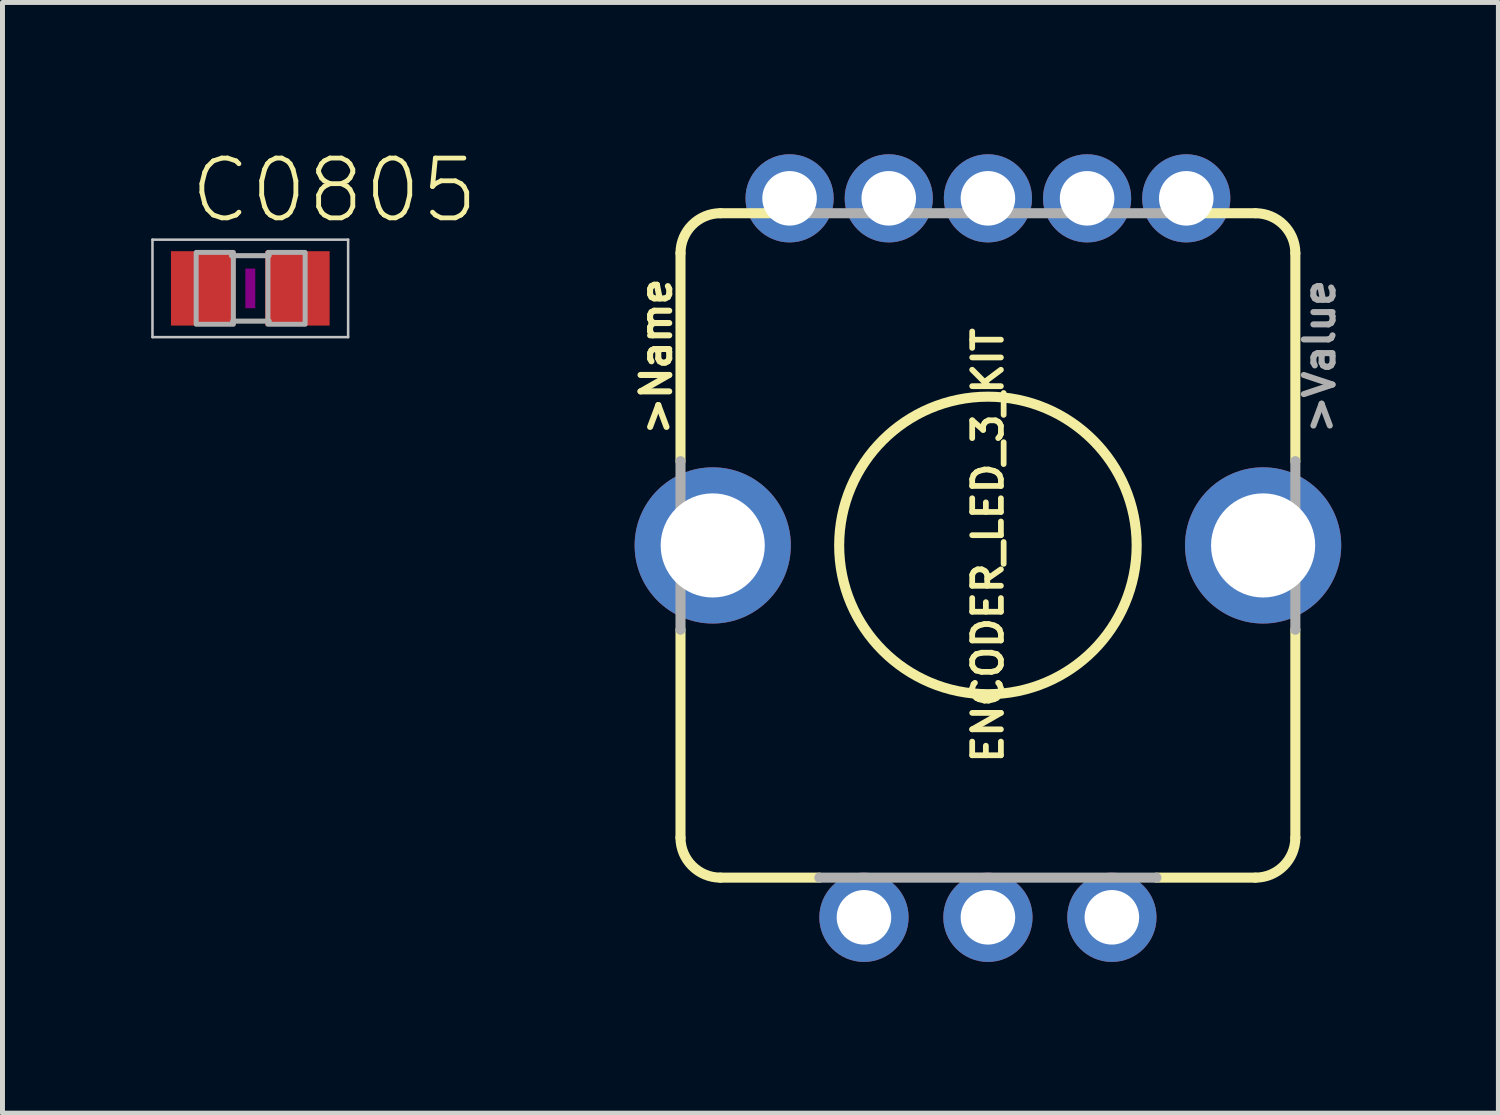
<source format=kicad_pcb>
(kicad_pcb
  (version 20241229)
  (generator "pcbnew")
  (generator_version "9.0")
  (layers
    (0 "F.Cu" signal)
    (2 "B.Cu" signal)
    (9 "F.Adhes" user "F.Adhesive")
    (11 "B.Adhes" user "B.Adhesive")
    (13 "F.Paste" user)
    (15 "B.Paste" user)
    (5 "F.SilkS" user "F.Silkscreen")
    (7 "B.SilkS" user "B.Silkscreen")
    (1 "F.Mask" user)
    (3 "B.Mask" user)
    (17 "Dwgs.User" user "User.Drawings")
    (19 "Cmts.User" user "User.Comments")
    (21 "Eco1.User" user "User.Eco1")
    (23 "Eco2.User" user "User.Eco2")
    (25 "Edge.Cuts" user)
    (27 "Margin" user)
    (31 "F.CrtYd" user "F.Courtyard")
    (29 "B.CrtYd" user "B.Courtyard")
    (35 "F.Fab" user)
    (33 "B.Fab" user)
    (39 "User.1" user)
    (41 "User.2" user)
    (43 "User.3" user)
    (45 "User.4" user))
  (footprint "ENCODER_LED_3_KIT"
    (layer "F.Cu")
    (at 16.874 7.95)
    (property "Reference" "ENCODER_LED_3_KIT" (at 0 0 90) (layer "F.SilkS") (effects (font (size 0.579 0.579) (thickness 0.116))))
    (attr through_hole)
    (fp_poly (pts (xy -4.016 -7.55) (xy -4.186 -7.523) (xy -4.339 -7.445) (xy -4.461 -7.323) (xy -4.566 -7) (xy -4.566 -6.95) (xy -4.542 -6.795) (xy -4.471 -6.656) (xy -4.36 -6.545) (xy -4.066 -6.45) (xy -4.016 -6.45) (xy -3.846 -6.477) (xy -3.693 -6.555) (xy -3.571 -6.677) (xy -3.466 -7) (xy -3.493 -7.17) (xy -3.571 -7.323) (xy -3.693 -7.445)) (stroke (width 0) (type solid)) (fill yes) (layer "F.Mask"))
    (fp_poly (pts (xy -2.5 6.95) (xy -2.67 6.977) (xy -2.823 7.055) (xy -2.945 7.177) (xy -3.05 7.5) (xy -3.05 7.55) (xy -3.026 7.705) (xy -2.955 7.844) (xy -2.844 7.955) (xy -2.55 8.05) (xy -2.5 8.05) (xy -2.33 8.023) (xy -2.177 7.945) (xy -2.055 7.823) (xy -1.95 7.5) (xy -1.977 7.33) (xy -2.055 7.177) (xy -2.177 7.055)) (stroke (width 0) (type solid)) (fill yes) (layer "F.Mask"))
    (fp_poly (pts (xy -2.016 -7.55) (xy -2.186 -7.523) (xy -2.339 -7.445) (xy -2.461 -7.323) (xy -2.566 -7) (xy -2.566 -6.95) (xy -2.542 -6.795) (xy -2.471 -6.656) (xy -2.36 -6.545) (xy -2.066 -6.45) (xy -2.016 -6.45) (xy -1.846 -6.477) (xy -1.693 -6.555) (xy -1.571 -6.677) (xy -1.466 -7) (xy -1.493 -7.17) (xy -1.571 -7.323) (xy -1.693 -7.445)) (stroke (width 0) (type solid)) (fill yes) (layer "F.Mask"))
    (fp_poly (pts (xy 1.984 -7.55) (xy 1.814 -7.523) (xy 1.661 -7.445) (xy 1.539 -7.323) (xy 1.434 -7) (xy 1.434 -6.95) (xy 1.458 -6.795) (xy 1.529 -6.656) (xy 1.64 -6.545) (xy 1.934 -6.45) (xy 1.984 -6.45) (xy 2.154 -6.477) (xy 2.307 -6.555) (xy 2.429 -6.677) (xy 2.534 -7) (xy 2.507 -7.17) (xy 2.429 -7.323) (xy 2.307 -7.445)) (stroke (width 0) (type solid)) (fill yes) (layer "F.Mask"))
    (fp_poly (pts (xy 2.55 6.95) (xy 2.38 6.977) (xy 2.227 7.055) (xy 2.105 7.177) (xy 2 7.5) (xy 2 7.55) (xy 2.024 7.705) (xy 2.095 7.844) (xy 2.206 7.955) (xy 2.5 8.05) (xy 2.55 8.05) (xy 2.72 8.023) (xy 2.873 7.945) (xy 2.995 7.823) (xy 3.1 7.5) (xy 3.073 7.33) (xy 2.995 7.177) (xy 2.873 7.055)) (stroke (width 0) (type solid)) (fill yes) (layer "F.Mask"))
    (fp_poly (pts (xy 4.016 -7.55) (xy 3.846 -7.523) (xy 3.693 -7.445) (xy 3.571 -7.323) (xy 3.466 -7) (xy 3.466 -6.95) (xy 3.49 -6.795) (xy 3.561 -6.656) (xy 3.672 -6.545) (xy 3.966 -6.45) (xy 4.016 -6.45) (xy 4.186 -6.477) (xy 4.339 -6.555) (xy 4.461 -6.677) (xy 4.566 -7) (xy 4.539 -7.17) (xy 4.461 -7.323) (xy 4.339 -7.445)) (stroke (width 0) (type solid)) (fill yes) (layer "F.Mask"))
    (fp_poly (pts (xy 0 6.95) (xy -0.17 6.977) (xy -0.323 7.055) (xy -0.445 7.177) (xy -0.55 7.5) (xy -0.55 7.55) (xy -0.55 7.55) (xy -0.526 7.705) (xy -0.455 7.844) (xy -0.344 7.955) (xy -0.205 8.026) (xy -0.05 8.05) (xy 0 8.05) (xy 0.17 8.023) (xy 0.323 7.945) (xy 0.445 7.823) (xy 0.55 7.5) (xy 0.523 7.33) (xy 0.445 7.177) (xy 0.323 7.055)) (stroke (width 0) (type solid)) (fill yes) (layer "F.Mask"))
    (fp_poly (pts (xy -0.016 -7.55) (xy -0.016 -7.55) (xy -0.186 -7.523) (xy -0.339 -7.445) (xy -0.461 -7.323) (xy -0.566 -7) (xy -0.566 -6.95) (xy -0.566 -6.95) (xy -0.542 -6.795) (xy -0.471 -6.656) (xy -0.36 -6.545) (xy -0.221 -6.474) (xy -0.066 -6.45) (xy -0.016 -6.45) (xy 0.154 -6.477) (xy 0.307 -6.555) (xy 0.429 -6.677) (xy 0.534 -7) (xy 0.507 -7.17) (xy 0.429 -7.323) (xy 0.307 -7.445)) (stroke (width 0) (type solid)) (fill yes) (layer "F.Mask"))
    (fp_poly (pts (xy -5.55 -1) (xy -5.773 -0.975) (xy -5.984 -0.901) (xy -6.173 -0.782) (xy -6.332 -0.623) (xy -6.451 -0.434) (xy -6.55 0) (xy -6.525 0.223) (xy -6.451 0.434) (xy -6.332 0.623) (xy -6.173 0.782) (xy -5.984 0.901) (xy -5.55 1) (xy -5.327 0.975) (xy -5.116 0.901) (xy -4.927 0.782) (xy -4.768 0.623) (xy -4.649 0.434) (xy -4.55 0) (xy -4.575 -0.223) (xy -4.649 -0.434) (xy -4.768 -0.623) (xy -4.927 -0.782) (xy -5.116 -0.901)) (stroke (width 0) (type solid)) (fill yes) (layer "F.Mask"))
    (fp_poly (pts (xy 5.55 -1) (xy 5.327 -0.975) (xy 5.116 -0.901) (xy 4.927 -0.782) (xy 4.768 -0.623) (xy 4.649 -0.434) (xy 4.55 0) (xy 4.575 0.223) (xy 4.649 0.434) (xy 4.768 0.623) (xy 4.927 0.782) (xy 5.116 0.901) (xy 5.55 1) (xy 5.773 0.975) (xy 5.984 0.901) (xy 6.173 0.782) (xy 6.332 0.623) (xy 6.451 0.434) (xy 6.55 0) (xy 6.525 -0.223) (xy 6.451 -0.434) (xy 6.332 -0.623) (xy 6.173 -0.782) (xy 5.984 -0.901)) (stroke (width 0) (type solid)) (fill yes) (layer "F.Mask"))
    (fp_poly (pts (xy -3.05 -7) (xy -3.074 -7.211) (xy -3.144 -7.412) (xy -3.257 -7.592) (xy -3.408 -7.743) (xy -3.588 -7.856) (xy -4 -7.95) (xy -4.211 -7.926) (xy -4.412 -7.856) (xy -4.592 -7.743) (xy -4.743 -7.592) (xy -4.856 -7.412) (xy -4.95 -7) (xy -4.926 -6.789) (xy -4.856 -6.588) (xy -4.743 -6.408) (xy -4.592 -6.257) (xy -4.412 -6.144) (xy -4 -6.05) (xy -3.789 -6.074) (xy -3.588 -6.144) (xy -3.408 -6.257) (xy -3.257 -6.408) (xy -3.144 -6.588)) (stroke (width 0) (type solid)) (fill yes) (layer "B.Mask"))
    (fp_poly (pts (xy -1.55 7.5) (xy -1.574 7.289) (xy -1.644 7.088) (xy -1.757 6.908) (xy -1.908 6.757) (xy -2.088 6.644) (xy -2.5 6.55) (xy -2.711 6.574) (xy -2.912 6.644) (xy -3.092 6.757) (xy -3.243 6.908) (xy -3.356 7.088) (xy -3.45 7.5) (xy -3.426 7.711) (xy -3.356 7.912) (xy -3.243 8.092) (xy -3.092 8.243) (xy -2.912 8.356) (xy -2.5 8.45) (xy -2.289 8.426) (xy -2.088 8.356) (xy -1.908 8.243) (xy -1.757 8.092) (xy -1.644 7.912)) (stroke (width 0) (type solid)) (fill yes) (layer "B.Mask"))
    (fp_poly (pts (xy -1.05 -7) (xy -1.074 -7.211) (xy -1.144 -7.412) (xy -1.257 -7.592) (xy -1.408 -7.743) (xy -1.588 -7.856) (xy -2 -7.95) (xy -2.211 -7.926) (xy -2.412 -7.856) (xy -2.592 -7.743) (xy -2.743 -7.592) (xy -2.856 -7.412) (xy -2.95 -7) (xy -2.926 -6.789) (xy -2.856 -6.588) (xy -2.743 -6.408) (xy -2.592 -6.257) (xy -2.412 -6.144) (xy -2 -6.05) (xy -1.789 -6.074) (xy -1.588 -6.144) (xy -1.408 -6.257) (xy -1.257 -6.408) (xy -1.144 -6.588)) (stroke (width 0) (type solid)) (fill yes) (layer "B.Mask"))
    (fp_poly (pts (xy 0.95 -7) (xy 0.926 -7.211) (xy 0.856 -7.412) (xy 0.743 -7.592) (xy 0.592 -7.743) (xy 0.412 -7.856) (xy 0 -7.95) (xy -0.211 -7.926) (xy -0.412 -7.856) (xy -0.592 -7.743) (xy -0.743 -7.592) (xy -0.856 -7.412) (xy -0.95 -7) (xy -0.926 -6.789) (xy -0.856 -6.588) (xy -0.743 -6.408) (xy -0.592 -6.257) (xy -0.412 -6.144) (xy 0 -6.05) (xy 0.211 -6.074) (xy 0.412 -6.144) (xy 0.592 -6.257) (xy 0.743 -6.408) (xy 0.856 -6.588)) (stroke (width 0) (type solid)) (fill yes) (layer "B.Mask"))
    (fp_poly (pts (xy 0.95 7.5) (xy 0.926 7.289) (xy 0.856 7.088) (xy 0.743 6.908) (xy 0.592 6.757) (xy 0.412 6.644) (xy 0 6.55) (xy -0.211 6.574) (xy -0.412 6.644) (xy -0.592 6.757) (xy -0.743 6.908) (xy -0.856 7.088) (xy -0.95 7.5) (xy -0.926 7.711) (xy -0.856 7.912) (xy -0.743 8.092) (xy -0.592 8.243) (xy -0.412 8.356) (xy 0 8.45) (xy 0.211 8.426) (xy 0.412 8.356) (xy 0.592 8.243) (xy 0.743 8.092) (xy 0.856 7.912)) (stroke (width 0) (type solid)) (fill yes) (layer "B.Mask"))
    (fp_poly (pts (xy 2.95 -7) (xy 2.926 -7.211) (xy 2.856 -7.412) (xy 2.743 -7.592) (xy 2.592 -7.743) (xy 2.412 -7.856) (xy 2 -7.95) (xy 1.789 -7.926) (xy 1.588 -7.856) (xy 1.408 -7.743) (xy 1.257 -7.592) (xy 1.144 -7.412) (xy 1.05 -7) (xy 1.074 -6.789) (xy 1.144 -6.588) (xy 1.257 -6.408) (xy 1.408 -6.257) (xy 1.588 -6.144) (xy 2 -6.05) (xy 2.211 -6.074) (xy 2.412 -6.144) (xy 2.592 -6.257) (xy 2.743 -6.408) (xy 2.856 -6.588)) (stroke (width 0) (type solid)) (fill yes) (layer "B.Mask"))
    (fp_poly (pts (xy 3.45 7.5) (xy 3.426 7.289) (xy 3.356 7.088) (xy 3.243 6.908) (xy 3.092 6.757) (xy 2.912 6.644) (xy 2.5 6.55) (xy 2.289 6.574) (xy 2.088 6.644) (xy 1.908 6.757) (xy 1.757 6.908) (xy 1.644 7.088) (xy 1.55 7.5) (xy 1.574 7.711) (xy 1.644 7.912) (xy 1.757 8.092) (xy 1.908 8.243) (xy 2.088 8.356) (xy 2.5 8.45) (xy 2.711 8.426) (xy 2.912 8.356) (xy 3.092 8.243) (xy 3.243 8.092) (xy 3.356 7.912)) (stroke (width 0) (type solid)) (fill yes) (layer "B.Mask"))
    (fp_poly (pts (xy 4.95 -7) (xy 4.926 -7.211) (xy 4.856 -7.412) (xy 4.743 -7.592) (xy 4.592 -7.743) (xy 4.412 -7.856) (xy 4 -7.95) (xy 3.789 -7.926) (xy 3.588 -7.856) (xy 3.408 -7.743) (xy 3.257 -7.592) (xy 3.144 -7.412) (xy 3.05 -7) (xy 3.074 -6.789) (xy 3.144 -6.588) (xy 3.257 -6.408) (xy 3.408 -6.257) (xy 3.588 -6.144) (xy 4 -6.05) (xy 4.211 -6.074) (xy 4.412 -6.144) (xy 4.592 -6.257) (xy 4.743 -6.408) (xy 4.856 -6.588)) (stroke (width 0) (type solid)) (fill yes) (layer "B.Mask"))
    (fp_poly (pts (xy -7.1 0) (xy -7.076 -0.269) (xy -7.007 -0.53) (xy -6.892 -0.775) (xy -6.737 -0.996) (xy -6.546 -1.187) (xy -6.325 -1.342) (xy -6.08 -1.457) (xy -5.819 -1.526) (xy -5.55 -1.55) (xy -5.281 -1.526) (xy -5.02 -1.457) (xy -4.775 -1.342) (xy -4.554 -1.187) (xy -4.363 -0.996) (xy -4.208 -0.775) (xy -4.093 -0.53) (xy -4 0) (xy -4.024 0.269) (xy -4.093 0.53) (xy -4.208 0.775) (xy -4.363 0.996) (xy -4.554 1.187) (xy -4.775 1.342) (xy -5.02 1.457) (xy -5.281 1.526) (xy -5.55 1.55) (xy -5.819 1.526) (xy -6.08 1.457) (xy -6.325 1.342) (xy -6.546 1.187) (xy -6.737 0.996) (xy -6.892 0.775) (xy -7.007 0.53) (xy -7.076 0.269)) (stroke (width 0) (type solid)) (fill yes) (layer "B.Mask"))
    (fp_poly (pts (xy 4 0) (xy 4.024 -0.269) (xy 4.093 -0.53) (xy 4.208 -0.775) (xy 4.363 -0.996) (xy 4.554 -1.187) (xy 4.775 -1.342) (xy 5.02 -1.457) (xy 5.281 -1.526) (xy 5.55 -1.55) (xy 5.819 -1.526) (xy 6.08 -1.457) (xy 6.325 -1.342) (xy 6.546 -1.187) (xy 6.737 -0.996) (xy 6.892 -0.775) (xy 7.007 -0.53) (xy 7.1 0) (xy 7.076 0.269) (xy 7.007 0.53) (xy 6.892 0.775) (xy 6.737 0.996) (xy 6.546 1.187) (xy 6.325 1.342) (xy 6.08 1.457) (xy 5.819 1.526) (xy 5.55 1.55) (xy 5.281 1.526) (xy 5.02 1.457) (xy 4.775 1.342) (xy 4.554 1.187) (xy 4.363 0.996) (xy 4.208 0.775) (xy 4.093 0.53) (xy 4.024 0.269)) (stroke (width 0) (type solid)) (fill yes) (layer "B.Mask"))
    (fp_line (start -6.2 -1.7) (end -6.2 -5.894) (stroke (width 0.203) (type solid)) (layer "F.SilkS"))
    (fp_line (start -6.2 1.7) (end -6.2 5.894) (stroke (width 0.203) (type solid)) (layer "F.SilkS"))
    (fp_line (start -5.394 -6.7) (end -3.9 -6.7) (stroke (width 0.203) (type solid)) (layer "F.SilkS"))
    (fp_line (start -5.394 6.7) (end -3.4 6.7) (stroke (width 0.203) (type solid)) (layer "F.SilkS"))
    (fp_line (start 5.394 -6.7) (end 3.9 -6.7) (stroke (width 0.203) (type solid)) (layer "F.SilkS"))
    (fp_line (start 5.394 6.7) (end 3.4 6.7) (stroke (width 0.203) (type solid)) (layer "F.SilkS"))
    (fp_line (start 6.2 -1.7) (end 6.2 -5.894) (stroke (width 0.203) (type solid)) (layer "F.SilkS"))
    (fp_line (start 6.2 1.7) (end 6.2 5.894) (stroke (width 0.203) (type solid)) (layer "F.SilkS"))
    (fp_arc (start -6.2 -5.8938) (mid -5.963869 -6.463869) (end -5.3938 -6.7) (stroke (width 0.2032) (type solid)) (layer "F.SilkS"))
    (fp_arc (start -5.3938 6.7) (mid -5.963869 6.463869) (end -6.2 5.8938) (stroke (width 0.2032) (type solid)) (layer "F.SilkS"))
    (fp_arc (start 5.3938 -6.7) (mid 5.963869 -6.463869) (end 6.2 -5.8938) (stroke (width 0.2032) (type solid)) (layer "F.SilkS"))
    (fp_arc (start 6.2 5.8938) (mid 5.963869 6.463869) (end 5.3938 6.7) (stroke (width 0.2032) (type solid)) (layer "F.SilkS"))
    (fp_circle (center 0 0) (end 3 0) (stroke (width 0.203) (type solid)) (fill no) (layer "F.SilkS"))
    (fp_line (start -6.2 1.7) (end -6.2 -1.7) (stroke (width 0.203) (type solid)) (layer "F.Fab"))
    (fp_line (start -3.9 -6.7) (end 3.9 -6.7) (stroke (width 0.203) (type solid)) (layer "F.Fab"))
    (fp_line (start 3.4 6.7) (end -3.4 6.7) (stroke (width 0.203) (type solid)) (layer "F.Fab"))
    (fp_line (start 6.2 -1.7) (end 6.2 1.7) (stroke (width 0.203) (type solid)) (layer "F.Fab"))
    (fp_text user ">Name" (at -6.35 -3.81 90) (layer "F.SilkS") (effects (font (size 0.579 0.579) (thickness 0.122)) (justify bottom)))
    (fp_text user ">Value" (at 6.35 -3.81 90) (layer "F.Fab") (effects (font (size 0.579 0.579) (thickness 0.122)) (justify top)))
    (pad "1" thru_hole circle (at -4 -7) (size 1.778 1.778) (drill 1.1) (layers "*.Cu" "*.Mask"))
    (pad "2" thru_hole circle (at -2 -7) (size 1.778 1.778) (drill 1.1) (layers "*.Cu" "*.Mask"))
    (pad "3" thru_hole circle (at 0 -7) (size 1.778 1.778) (drill 1.1) (layers "*.Cu" "*.Mask"))
    (pad "4" thru_hole circle (at 2 -7) (size 1.778 1.778) (drill 1.1) (layers "*.Cu" "*.Mask"))
    (pad "5" thru_hole circle (at 4 -7) (size 1.778 1.778) (drill 1.1) (layers "*.Cu" "*.Mask"))
    (pad "A" thru_hole circle (at -2.5 7.5) (size 1.8 1.8) (drill 1.1) (layers "*.Cu" "*.Mask"))
    (pad "B" thru_hole circle (at 2.5 7.5) (size 1.8 1.8) (drill 1.1) (layers "*.Cu" "*.Mask"))
    (pad "C" thru_hole circle (at 0 7.5) (size 1.8 1.8) (drill 1.1) (layers "*.Cu" "*.Mask"))
    (pad "M1" thru_hole circle (at -5.55 0) (size 3.15 3.15) (drill 2.1) (layers "*.Cu" "*.Mask"))
    (pad "M2" thru_hole circle (at 5.55 0) (size 3.15 3.15) (drill 2.1) (layers "*.Cu" "*.Mask")))
  (footprint "C0805"
    (layer "F.Cu")
    (at 1.998 2.766)
    (property "Reference" "C0805" (at -1.27 -1.27 180) (layer "F.SilkS") (effects (font (size 1.206 1.206) (thickness 0.097)) (justify left bottom)))
    (attr through_hole)
    (fp_poly (pts (xy -0.1 0.4) (xy 0.1 0.4) (xy 0.1 -0.4) (xy -0.1 -0.4)) (stroke (width 0) (type solid)) (fill yes) (layer "F.Adhes"))
    (fp_line (start -1.973 -0.983) (end 1.973 -0.983) (stroke (width 0.051) (type solid)) (layer "Dwgs.User"))
    (fp_line (start -1.973 0.983) (end -1.973 -0.983) (stroke (width 0.051) (type solid)) (layer "Dwgs.User"))
    (fp_line (start 1.973 -0.983) (end 1.973 0.983) (stroke (width 0.051) (type solid)) (layer "Dwgs.User"))
    (fp_line (start 1.973 0.983) (end -1.973 0.983) (stroke (width 0.051) (type solid)) (layer "Dwgs.User"))
    (fp_line (start -0.381 -0.66) (end 0.381 -0.66) (stroke (width 0.102) (type solid)) (layer "F.Fab"))
    (fp_line (start -0.356 0.66) (end 0.381 0.66) (stroke (width 0.102) (type solid)) (layer "F.Fab"))
    (fp_poly (pts (xy -1.092 0.724) (xy -0.342 0.724) (xy -0.342 -0.726) (xy -1.092 -0.726)) (stroke (width 0.1) (type solid)) (fill no) (layer "F.Fab"))
    (fp_poly (pts (xy 0.356 0.724) (xy 1.106 0.724) (xy 1.106 -0.726) (xy 0.356 -0.726)) (stroke (width 0.1) (type solid)) (fill no) (layer "F.Fab"))
    (pad "1" smd rect (at -0.95 0) (size 1.3 1.5) (layers "F.Cu" "F.Mask" "F.Paste"))
    (pad "2" smd rect (at 0.95 0) (size 1.3 1.5) (layers "F.Cu" "F.Mask" "F.Paste")))
  (gr_rect
    (start -3 -3)
    (end 27.169 19.4)
    (stroke (width 0.1) (type default))
    (fill no)
    (layer "Edge.Cuts")))
</source>
